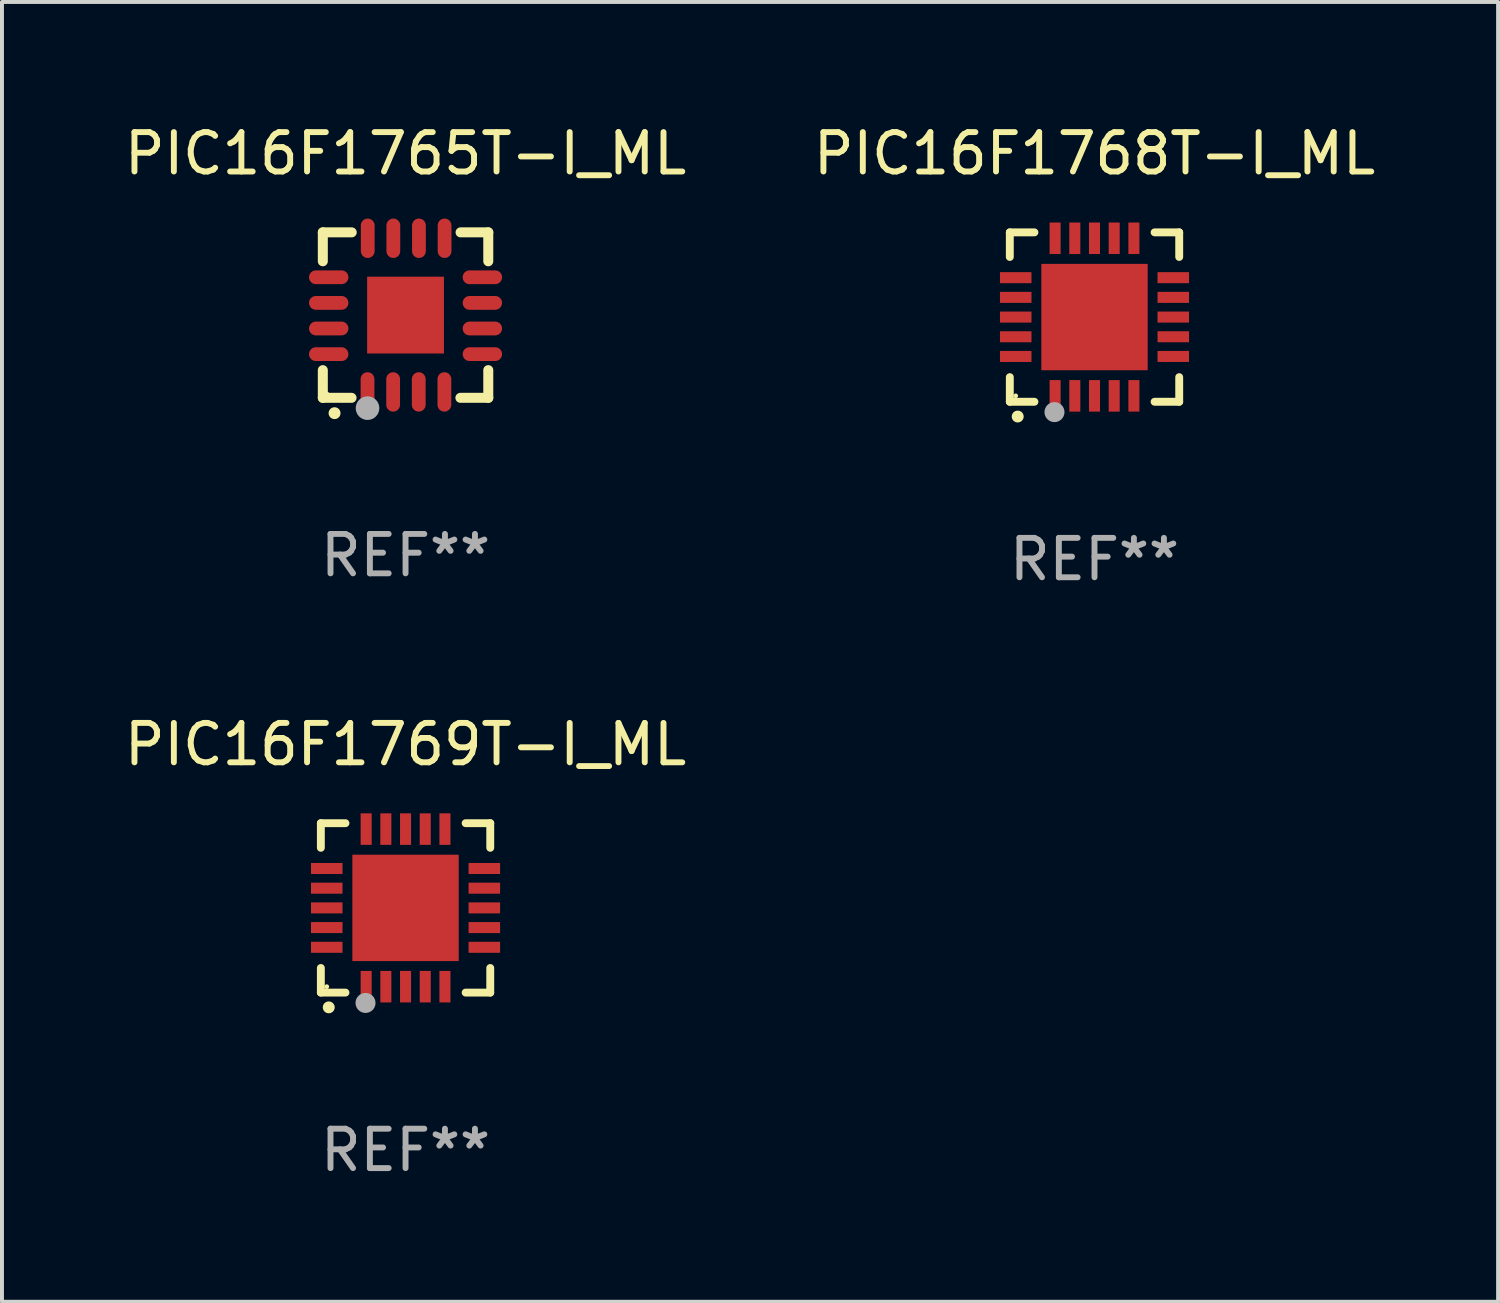
<source format=kicad_pcb>
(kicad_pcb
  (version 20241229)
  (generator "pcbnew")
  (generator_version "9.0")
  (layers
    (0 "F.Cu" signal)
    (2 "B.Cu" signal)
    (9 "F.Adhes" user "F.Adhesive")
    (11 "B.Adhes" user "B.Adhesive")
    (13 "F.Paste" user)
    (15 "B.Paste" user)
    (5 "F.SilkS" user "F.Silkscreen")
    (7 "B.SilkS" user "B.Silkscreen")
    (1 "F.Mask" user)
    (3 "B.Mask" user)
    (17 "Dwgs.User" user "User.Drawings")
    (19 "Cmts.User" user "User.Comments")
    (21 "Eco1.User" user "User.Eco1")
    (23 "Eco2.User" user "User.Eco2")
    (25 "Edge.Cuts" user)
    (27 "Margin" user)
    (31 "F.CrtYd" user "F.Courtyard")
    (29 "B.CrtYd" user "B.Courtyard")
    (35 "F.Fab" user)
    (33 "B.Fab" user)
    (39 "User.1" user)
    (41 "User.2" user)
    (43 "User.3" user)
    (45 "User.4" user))
  (footprint "PIC16F1768T-I_ML"
    (layer "F.Cu")
    (at 24.732 4.998)
    (property "Reference" "PIC16F1768T-I_ML" (at 0 -4.15 0) (layer "F.SilkS") (effects (font (size 1 1) (thickness 0.15))))
    (attr through_hole)
    (fp_line (start -2.15 -2.15) (end -2.15 -1.525) (stroke (width 0.2) (type solid)) (layer "F.SilkS"))
    (fp_line (start -2.15 2.15) (end -2.15 1.525) (stroke (width 0.2) (type solid)) (layer "F.SilkS"))
    (fp_line (start -1.525 -2.15) (end -2.15 -2.15) (stroke (width 0.2) (type solid)) (layer "F.SilkS"))
    (fp_line (start -1.525 2.15) (end -2.15 2.15) (stroke (width 0.2) (type solid)) (layer "F.SilkS"))
    (fp_line (start 1.525 2.15) (end 2.15 2.15) (stroke (width 0.2) (type solid)) (layer "F.SilkS"))
    (fp_line (start 2.15 -2.15) (end 1.525 -2.15) (stroke (width 0.2) (type solid)) (layer "F.SilkS"))
    (fp_line (start 2.15 -1.525) (end 2.15 -2.15) (stroke (width 0.2) (type solid)) (layer "F.SilkS"))
    (fp_line (start 2.15 2.15) (end 2.15 1.525) (stroke (width 0.2) (type solid)) (layer "F.SilkS"))
    (fp_arc (start -1.950724 2.524765) (mid -1.949454 2.52476) (end -1.948184 2.524765) (stroke (width 0.3) (type solid)) (layer "F.SilkS"))
    (fp_circle (center -2 2) (end -1.97 2) (stroke (width 0.06) (type solid)) (fill no) (layer "F.SilkS"))
    (fp_circle (center -1.016 2.413) (end -0.889 2.413) (stroke (width 0.254) (type solid)) (fill no) (layer "F.Fab"))
    (fp_text user "REF**" (at 0 6.15 0) (layer "F.Fab") (effects (font (size 1 1) (thickness 0.15))))
    (pad "1" smd rect (at -1 2) (size 0.28 0.8) (layers "F.Cu" "F.Mask" "F.Paste"))
    (pad "2" smd rect (at -0.5 2) (size 0.28 0.8) (layers "F.Cu" "F.Mask" "F.Paste"))
    (pad "3" smd rect (at 0 2) (size 0.28 0.8) (layers "F.Cu" "F.Mask" "F.Paste"))
    (pad "4" smd rect (at 0.5 2) (size 0.28 0.8) (layers "F.Cu" "F.Mask" "F.Paste"))
    (pad "5" smd rect (at 1 2) (size 0.28 0.8) (layers "F.Cu" "F.Mask" "F.Paste"))
    (pad "6" smd rect (at 2 1) (size 0.8 0.28) (layers "F.Cu" "F.Mask" "F.Paste"))
    (pad "7" smd rect (at 2 0.5) (size 0.8 0.28) (layers "F.Cu" "F.Mask" "F.Paste"))
    (pad "8" smd rect (at 2 0) (size 0.8 0.28) (layers "F.Cu" "F.Mask" "F.Paste"))
    (pad "9" smd rect (at 2 -0.5) (size 0.8 0.28) (layers "F.Cu" "F.Mask" "F.Paste"))
    (pad "10" smd rect (at 2 -1) (size 0.8 0.28) (layers "F.Cu" "F.Mask" "F.Paste"))
    (pad "11" smd rect (at 1 -2) (size 0.28 0.8) (layers "F.Cu" "F.Mask" "F.Paste"))
    (pad "12" smd rect (at 0.5 -2) (size 0.28 0.8) (layers "F.Cu" "F.Mask" "F.Paste"))
    (pad "13" smd rect (at 0 -2) (size 0.28 0.8) (layers "F.Cu" "F.Mask" "F.Paste"))
    (pad "14" smd rect (at -0.5 -2) (size 0.28 0.8) (layers "F.Cu" "F.Mask" "F.Paste"))
    (pad "15" smd rect (at -1 -2) (size 0.28 0.8) (layers "F.Cu" "F.Mask" "F.Paste"))
    (pad "16" smd rect (at -2 -1) (size 0.8 0.28) (layers "F.Cu" "F.Mask" "F.Paste"))
    (pad "17" smd rect (at -2 -0.5) (size 0.8 0.28) (layers "F.Cu" "F.Mask" "F.Paste"))
    (pad "18" smd rect (at -2 0) (size 0.8 0.28) (layers "F.Cu" "F.Mask" "F.Paste"))
    (pad "19" smd rect (at -2 0.5) (size 0.8 0.28) (layers "F.Cu" "F.Mask" "F.Paste"))
    (pad "20" smd rect (at -2 1) (size 0.8 0.28) (layers "F.Cu" "F.Mask" "F.Paste"))
    (pad "21" smd rect (at 0 0) (size 2.7 2.7) (layers "F.Cu" "F.Mask" "F.Paste")))
  (footprint "PIC16F1769T-I_ML"
    (layer "F.Cu")
    (at 7.244 19.995)
    (property "Reference" "PIC16F1769T-I_ML" (at 0 -4.15 0) (layer "F.SilkS") (effects (font (size 1 1) (thickness 0.15))))
    (attr through_hole)
    (fp_line (start -2.15 -2.15) (end -2.15 -1.525) (stroke (width 0.2) (type solid)) (layer "F.SilkS"))
    (fp_line (start -2.15 2.15) (end -2.15 1.525) (stroke (width 0.2) (type solid)) (layer "F.SilkS"))
    (fp_line (start -1.525 -2.15) (end -2.15 -2.15) (stroke (width 0.2) (type solid)) (layer "F.SilkS"))
    (fp_line (start -1.525 2.15) (end -2.15 2.15) (stroke (width 0.2) (type solid)) (layer "F.SilkS"))
    (fp_line (start 1.525 2.15) (end 2.15 2.15) (stroke (width 0.2) (type solid)) (layer "F.SilkS"))
    (fp_line (start 2.15 -2.15) (end 1.525 -2.15) (stroke (width 0.2) (type solid)) (layer "F.SilkS"))
    (fp_line (start 2.15 -1.525) (end 2.15 -2.15) (stroke (width 0.2) (type solid)) (layer "F.SilkS"))
    (fp_line (start 2.15 2.15) (end 2.15 1.525) (stroke (width 0.2) (type solid)) (layer "F.SilkS"))
    (fp_arc (start -1.950724 2.524765) (mid -1.949454 2.52476) (end -1.948184 2.524765) (stroke (width 0.3) (type solid)) (layer "F.SilkS"))
    (fp_circle (center -2 2) (end -1.97 2) (stroke (width 0.06) (type solid)) (fill no) (layer "F.SilkS"))
    (fp_circle (center -1.016 2.413) (end -0.889 2.413) (stroke (width 0.254) (type solid)) (fill no) (layer "F.Fab"))
    (fp_text user "REF**" (at 0 6.15 0) (layer "F.Fab") (effects (font (size 1 1) (thickness 0.15))))
    (pad "1" smd rect (at -1 2) (size 0.28 0.8) (layers "F.Cu" "F.Mask" "F.Paste"))
    (pad "2" smd rect (at -0.5 2) (size 0.28 0.8) (layers "F.Cu" "F.Mask" "F.Paste"))
    (pad "3" smd rect (at 0 2) (size 0.28 0.8) (layers "F.Cu" "F.Mask" "F.Paste"))
    (pad "4" smd rect (at 0.5 2) (size 0.28 0.8) (layers "F.Cu" "F.Mask" "F.Paste"))
    (pad "5" smd rect (at 1 2) (size 0.28 0.8) (layers "F.Cu" "F.Mask" "F.Paste"))
    (pad "6" smd rect (at 2 1) (size 0.8 0.28) (layers "F.Cu" "F.Mask" "F.Paste"))
    (pad "7" smd rect (at 2 0.5) (size 0.8 0.28) (layers "F.Cu" "F.Mask" "F.Paste"))
    (pad "8" smd rect (at 2 0) (size 0.8 0.28) (layers "F.Cu" "F.Mask" "F.Paste"))
    (pad "9" smd rect (at 2 -0.5) (size 0.8 0.28) (layers "F.Cu" "F.Mask" "F.Paste"))
    (pad "10" smd rect (at 2 -1) (size 0.8 0.28) (layers "F.Cu" "F.Mask" "F.Paste"))
    (pad "11" smd rect (at 1 -2) (size 0.28 0.8) (layers "F.Cu" "F.Mask" "F.Paste"))
    (pad "12" smd rect (at 0.5 -2) (size 0.28 0.8) (layers "F.Cu" "F.Mask" "F.Paste"))
    (pad "13" smd rect (at 0 -2) (size 0.28 0.8) (layers "F.Cu" "F.Mask" "F.Paste"))
    (pad "14" smd rect (at -0.5 -2) (size 0.28 0.8) (layers "F.Cu" "F.Mask" "F.Paste"))
    (pad "15" smd rect (at -1 -2) (size 0.28 0.8) (layers "F.Cu" "F.Mask" "F.Paste"))
    (pad "16" smd rect (at -2 -1) (size 0.8 0.28) (layers "F.Cu" "F.Mask" "F.Paste"))
    (pad "17" smd rect (at -2 -0.5) (size 0.8 0.28) (layers "F.Cu" "F.Mask" "F.Paste"))
    (pad "18" smd rect (at -2 0) (size 0.8 0.28) (layers "F.Cu" "F.Mask" "F.Paste"))
    (pad "19" smd rect (at -2 0.5) (size 0.8 0.28) (layers "F.Cu" "F.Mask" "F.Paste"))
    (pad "20" smd rect (at -2 1) (size 0.8 0.28) (layers "F.Cu" "F.Mask" "F.Paste"))
    (pad "21" smd rect (at 0 0) (size 2.7 2.7) (layers "F.Cu" "F.Mask" "F.Paste")))
  (footprint "PIC16F1765T-I_ML"
    (layer "F.Cu")
    (at 7.244 4.948)
    (property "Reference" "PIC16F1765T-I_ML" (at 0 -4.1 0) (layer "F.SilkS") (effects (font (size 1 1) (thickness 0.15))))
    (attr through_hole)
    (fp_line (start -2.1 -2.1) (end -1.366 -2.1) (stroke (width 0.254) (type solid)) (layer "F.SilkS"))
    (fp_line (start -2.1 -1.366) (end -2.1 -2.1) (stroke (width 0.254) (type solid)) (layer "F.SilkS"))
    (fp_line (start -2.1 2.1) (end -2.1 1.397) (stroke (width 0.254) (type solid)) (layer "F.SilkS"))
    (fp_line (start -2.1 2.1) (end -1.371 2.1) (stroke (width 0.254) (type solid)) (layer "F.SilkS"))
    (fp_line (start 1.392 2.1) (end 2.1 2.1) (stroke (width 0.254) (type solid)) (layer "F.SilkS"))
    (fp_line (start 1.397 -2.1) (end 2.1 -2.1) (stroke (width 0.254) (type solid)) (layer "F.SilkS"))
    (fp_line (start 2.1 -1.366) (end 2.1 -2.1) (stroke (width 0.254) (type solid)) (layer "F.SilkS"))
    (fp_line (start 2.1 2.1) (end 2.1 1.397) (stroke (width 0.254) (type solid)) (layer "F.SilkS"))
    (fp_arc (start -1.803404 2.489205) (mid -1.802134 2.4892) (end -1.800864 2.489205) (stroke (width 0.3) (type solid)) (layer "F.SilkS"))
    (fp_circle (center -2 2) (end -1.97 2) (stroke (width 0.06) (type solid)) (fill no) (layer "F.SilkS"))
    (fp_circle (center -0.965 2.362) (end -0.815 2.362) (stroke (width 0.3) (type solid)) (fill no) (layer "F.Fab"))
    (fp_text user "REF**" (at 0 6.1 0) (layer "F.Fab") (effects (font (size 1 1) (thickness 0.15))))
    (pad "1" smd oval (at -0.965 1.95) (size 0.35 1) (layers "F.Cu" "F.Mask" "F.Paste"))
    (pad "2" smd oval (at -0.315 1.95) (size 0.35 1) (layers "F.Cu" "F.Mask" "F.Paste"))
    (pad "3" smd oval (at 0.335 1.95) (size 0.35 1) (layers "F.Cu" "F.Mask" "F.Paste"))
    (pad "4" smd oval (at 0.986 1.95) (size 0.35 1) (layers "F.Cu" "F.Mask" "F.Paste"))
    (pad "5" smd oval (at 1.95 0.991) (size 1 0.35) (layers "F.Cu" "F.Mask" "F.Paste"))
    (pad "6" smd oval (at 1.95 0.34) (size 1 0.35) (layers "F.Cu" "F.Mask" "F.Paste"))
    (pad "7" smd oval (at 1.95 -0.31) (size 1 0.35) (layers "F.Cu" "F.Mask" "F.Paste"))
    (pad "8" smd oval (at 1.95 -0.96) (size 1 0.35) (layers "F.Cu" "F.Mask" "F.Paste"))
    (pad "9" smd oval (at 0.991 -1.95) (size 0.35 1) (layers "F.Cu" "F.Mask" "F.Paste"))
    (pad "10" smd oval (at 0.34 -1.95) (size 0.35 1) (layers "F.Cu" "F.Mask" "F.Paste"))
    (pad "11" smd oval (at -0.31 -1.95) (size 0.35 1) (layers "F.Cu" "F.Mask" "F.Paste"))
    (pad "12" smd oval (at -0.96 -1.95) (size 0.35 1) (layers "F.Cu" "F.Mask" "F.Paste"))
    (pad "13" smd oval (at -1.95 -0.96) (size 1 0.35) (layers "F.Cu" "F.Mask" "F.Paste"))
    (pad "14" smd oval (at -1.95 -0.31) (size 1 0.35) (layers "F.Cu" "F.Mask" "F.Paste"))
    (pad "15" smd oval (at -1.95 0.34) (size 1 0.35) (layers "F.Cu" "F.Mask" "F.Paste"))
    (pad "16" smd oval (at -1.95 0.991) (size 1 0.35) (layers "F.Cu" "F.Mask" "F.Paste"))
    (pad "17" smd rect (at 0 0) (size 1.95 1.95) (layers "F.Cu" "F.Mask" "F.Paste")))
  (gr_rect
    (start -3 -3)
    (end 34.976 29.993)
    (stroke (width 0.1) (type default))
    (fill no)
    (layer "Edge.Cuts")))
</source>
